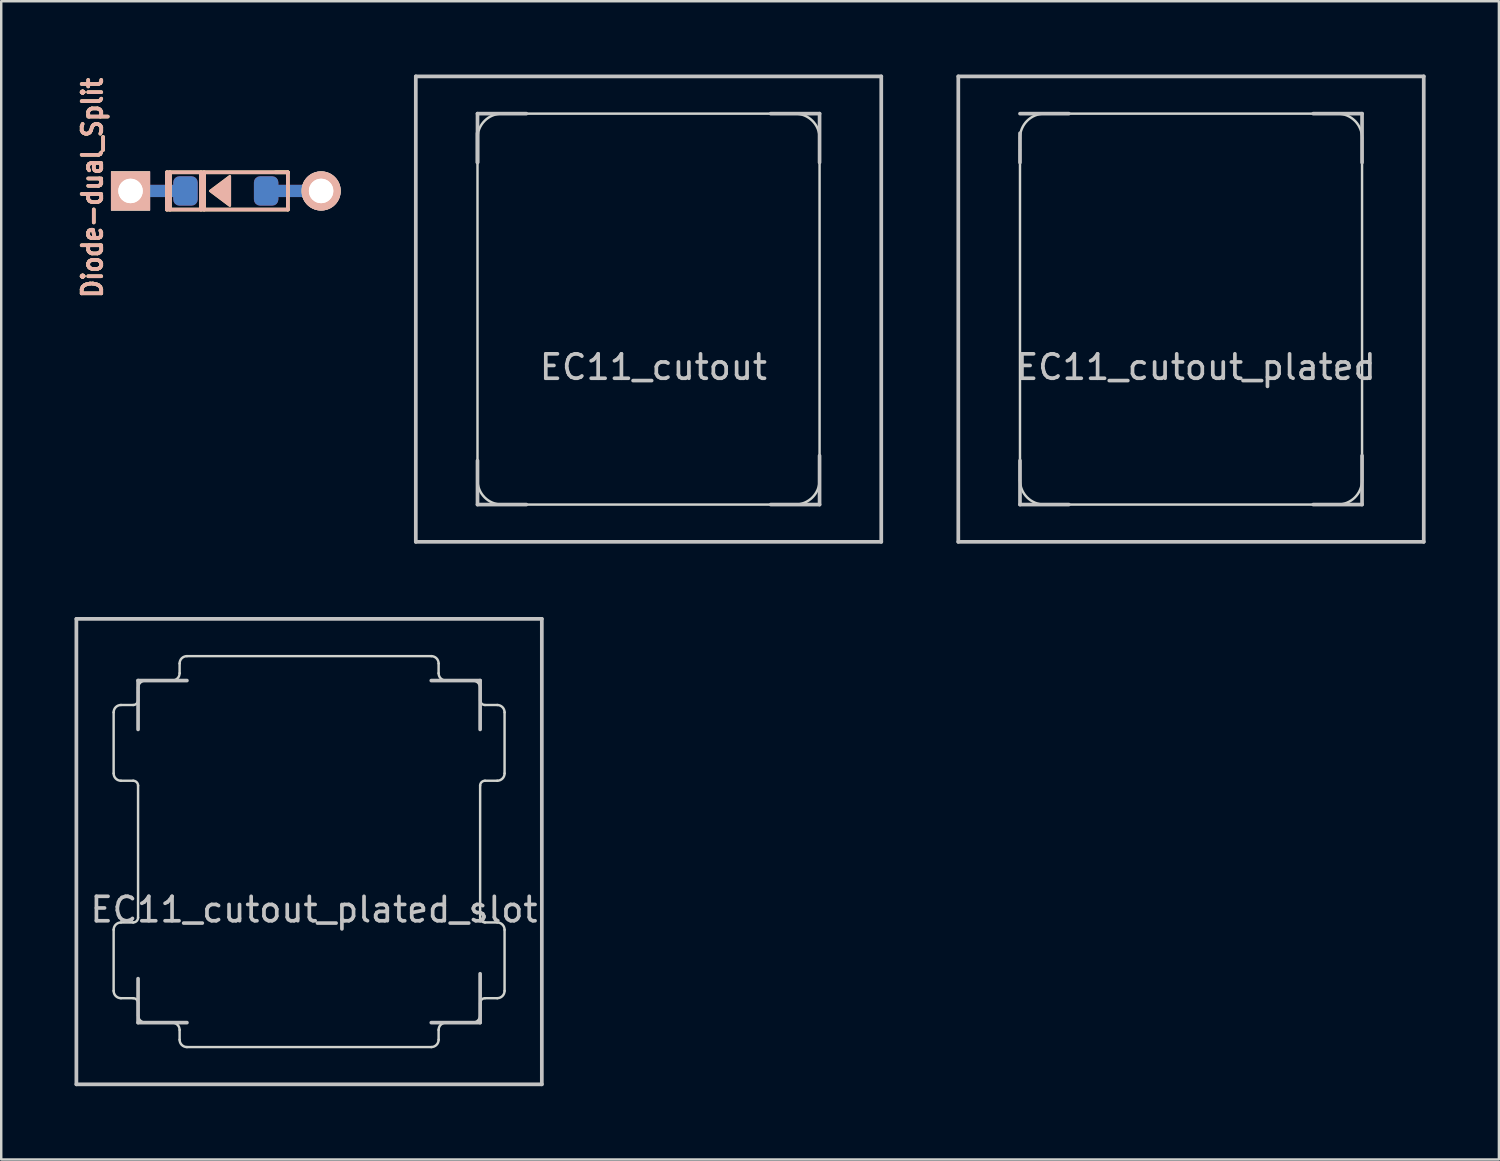
<source format=kicad_pcb>
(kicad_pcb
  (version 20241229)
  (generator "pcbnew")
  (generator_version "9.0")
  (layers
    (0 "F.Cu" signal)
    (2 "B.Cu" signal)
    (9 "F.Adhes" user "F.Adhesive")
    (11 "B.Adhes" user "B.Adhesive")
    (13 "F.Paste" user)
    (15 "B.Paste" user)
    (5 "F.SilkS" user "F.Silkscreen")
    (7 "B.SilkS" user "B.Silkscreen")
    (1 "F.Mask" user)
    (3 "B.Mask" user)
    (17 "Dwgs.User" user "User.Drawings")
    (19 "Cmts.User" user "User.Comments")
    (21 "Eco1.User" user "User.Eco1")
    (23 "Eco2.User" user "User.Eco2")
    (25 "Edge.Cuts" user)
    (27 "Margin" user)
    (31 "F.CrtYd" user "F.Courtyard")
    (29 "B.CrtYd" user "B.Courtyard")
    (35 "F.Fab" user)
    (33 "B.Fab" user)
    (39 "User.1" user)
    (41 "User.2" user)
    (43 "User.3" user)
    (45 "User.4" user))
  (footprint "EC11_cutout_plated"
    (layer "F.Cu")
    (at 45.696 9.601)
    (property "Reference" "EC11_cutout_plated" (at 0.2 2.375 180) (layer "Dwgs.User") (effects (font (size 1 1) (thickness 0.15))))
    (attr through_hole)
    (fp_line (start -7 -7.025) (end -7 6.975) (stroke (width 2) (type solid)) (layer "F.Mask"))
    (fp_line (start -5.993 -8.025) (end 5.993 -8.025) (stroke (width 2) (type solid)) (layer "F.Mask"))
    (fp_line (start 5.993 7.975) (end -5.993 7.975) (stroke (width 2) (type solid)) (layer "F.Mask"))
    (fp_line (start 6.993 6.975) (end 6.993 -7.025) (stroke (width 2) (type solid)) (layer "F.Mask"))
    (fp_arc (start -6.992893 -7.025) (mid -6.7 -7.732107) (end -5.992893 -8.025) (stroke (width 2) (type solid)) (layer "F.Mask"))
    (fp_arc (start -5.992893 7.975) (mid -6.7 7.682107) (end -6.992893 6.975) (stroke (width 2) (type solid)) (layer "F.Mask"))
    (fp_arc (start 5.992893 -8.025) (mid 6.7 -7.732107) (end 6.992893 -7.025) (stroke (width 2) (type solid)) (layer "F.Mask"))
    (fp_arc (start 6.992893 6.974999) (mid 6.7 7.682106) (end 5.992893 7.974999) (stroke (width 2) (type solid)) (layer "F.Mask"))
    (fp_line (start -7 -7.025) (end -7 6.975) (stroke (width 2) (type solid)) (layer "B.Mask"))
    (fp_line (start 6 -8.025) (end -5.993 -8.025) (stroke (width 2) (type solid)) (layer "B.Mask"))
    (fp_line (start 6 7.975) (end -6 7.975) (stroke (width 2) (type solid)) (layer "B.Mask"))
    (fp_line (start 7 -7.025) (end 7 6.975) (stroke (width 2) (type solid)) (layer "B.Mask"))
    (fp_arc (start -6.992893 -7.025) (mid -6.7 -7.732107) (end -5.992893 -8.025) (stroke (width 2) (type solid)) (layer "B.Mask"))
    (fp_arc (start -6 7.975) (mid -6.707107 7.682107) (end -7 6.975) (stroke (width 2) (type solid)) (layer "B.Mask"))
    (fp_arc (start 6 -8.025) (mid 6.707107 -7.732107) (end 7 -7.025) (stroke (width 2) (type solid)) (layer "B.Mask"))
    (fp_arc (start 7 6.975) (mid 6.707107 7.682107) (end 6 7.975) (stroke (width 2) (type solid)) (layer "B.Mask"))
    (fp_line (start -9.525 -9.525) (end 9.525 -9.525) (stroke (width 0.152) (type solid)) (layer "Dwgs.User"))
    (fp_line (start -9.525 9.525) (end -9.525 -9.525) (stroke (width 0.152) (type solid)) (layer "Dwgs.User"))
    (fp_line (start -7 -8) (end -5 -8) (stroke (width 0.15) (type solid)) (layer "Dwgs.User"))
    (fp_line (start -7 -6) (end -7 -7.2) (stroke (width 0.15) (type solid)) (layer "Dwgs.User"))
    (fp_line (start -7 6.2) (end -7 8) (stroke (width 0.15) (type solid)) (layer "Dwgs.User"))
    (fp_line (start -7 8) (end -5 8) (stroke (width 0.15) (type solid)) (layer "Dwgs.User"))
    (fp_line (start 5 8) (end 7 8) (stroke (width 0.15) (type solid)) (layer "Dwgs.User"))
    (fp_line (start 7 -8) (end 5 -8) (stroke (width 0.15) (type solid)) (layer "Dwgs.User"))
    (fp_line (start 7 -6) (end 7 -8) (stroke (width 0.15) (type solid)) (layer "Dwgs.User"))
    (fp_line (start 7 8) (end 7 6) (stroke (width 0.15) (type solid)) (layer "Dwgs.User"))
    (fp_line (start 9.525 -9.525) (end 9.525 9.525) (stroke (width 0.152) (type solid)) (layer "Dwgs.User"))
    (fp_line (start 9.525 9.525) (end -9.525 9.525) (stroke (width 0.152) (type solid)) (layer "Dwgs.User"))
    (fp_line (start -7 -7) (end -7 7) (stroke (width 0.1) (type solid)) (layer "Edge.Cuts"))
    (fp_line (start -7 -6.525) (end -7 -6.525) (stroke (width 0.1) (type solid)) (layer "Edge.Cuts"))
    (fp_line (start -6 8) (end 6 8) (stroke (width 0.1) (type solid)) (layer "Edge.Cuts"))
    (fp_line (start 6 -8) (end -6 -8) (stroke (width 0.1) (type solid)) (layer "Edge.Cuts"))
    (fp_line (start 7 -7) (end 7 7) (stroke (width 0.1) (type solid)) (layer "Edge.Cuts"))
    (fp_arc (start -7 -7) (mid -6.707107 -7.707107) (end -6 -8) (stroke (width 0.1) (type solid)) (layer "Edge.Cuts"))
    (fp_arc (start -6 8) (mid -6.707107 7.707107) (end -7 7) (stroke (width 0.1) (type solid)) (layer "Edge.Cuts"))
    (fp_arc (start 6 -8) (mid 6.707107 -7.707107) (end 7 -7) (stroke (width 0.1) (type solid)) (layer "Edge.Cuts"))
    (fp_arc (start 7 7) (mid 6.707107 7.707107) (end 6 8) (stroke (width 0.1) (type solid)) (layer "Edge.Cuts")))
  (footprint "Diode-dual_Split"
    (layer "F.Cu")
    (at 6.192 4.892)
    (property "Reference" "Diode-dual_Split" (at -5.461 -0.254 270) (layer "F.SilkS") (effects (font (size 0.8 0.7) (thickness 0.15))))
    (attr smd)
    (fp_line (start -2.413 -0.889) (end -2.413 0.635) (stroke (width 0.15) (type solid)) (layer "F.SilkS"))
    (fp_line (start -2.413 0.635) (end 2.54 0.635) (stroke (width 0.15) (type solid)) (layer "F.SilkS"))
    (fp_line (start -2.286 0.635) (end -2.286 -0.889) (stroke (width 0.15) (type solid)) (layer "F.SilkS"))
    (fp_line (start -1.016 -0.889) (end -1.016 0.635) (stroke (width 0.15) (type solid)) (layer "F.SilkS"))
    (fp_line (start -0.889 -0.889) (end -0.889 0.635) (stroke (width 0.15) (type solid)) (layer "F.SilkS"))
    (fp_line (start 2.54 -0.889) (end -2.413 -0.889) (stroke (width 0.15) (type solid)) (layer "F.SilkS"))
    (fp_line (start 2.54 -0.889) (end 2.032 -0.889) (stroke (width 0.15) (type solid)) (layer "F.SilkS"))
    (fp_line (start 2.54 0.635) (end 2.54 -0.889) (stroke (width 0.15) (type solid)) (layer "F.SilkS"))
    (fp_poly (pts (xy -0.635 -0.127) (xy 0.165 -0.727) (xy 0.165 0.473)) (stroke (width 0.1) (type solid)) (fill yes) (layer "F.SilkS"))
    (fp_line (start -2.413 -0.889) (end 2.54 -0.889) (stroke (width 0.15) (type solid)) (layer "B.SilkS"))
    (fp_line (start -2.413 0.635) (end -2.413 -0.889) (stroke (width 0.15) (type solid)) (layer "B.SilkS"))
    (fp_line (start -2.286 -0.889) (end -2.286 0.635) (stroke (width 0.15) (type solid)) (layer "B.SilkS"))
    (fp_line (start -1.016 0.635) (end -1.016 -0.889) (stroke (width 0.15) (type solid)) (layer "B.SilkS"))
    (fp_line (start -0.889 0.635) (end -0.889 -0.889) (stroke (width 0.15) (type solid)) (layer "B.SilkS"))
    (fp_line (start 2.54 -0.889) (end 2.54 0.635) (stroke (width 0.15) (type solid)) (layer "B.SilkS"))
    (fp_line (start 2.54 0.635) (end -2.413 0.635) (stroke (width 0.15) (type solid)) (layer "B.SilkS"))
    (fp_poly (pts (xy -0.635 -0.127) (xy 0.165 0.473) (xy 0.165 -0.727)) (stroke (width 0.1) (type solid)) (fill yes) (layer "B.SilkS"))
    (fp_text user "${REFERENCE}" (at -5.461 -0.254 90) (layer "B.SilkS") (effects (font (size 0.8 0.7) (thickness 0.15))))
    (pad "1" thru_hole rect (at -3.9 -0.127 180) (size 1.6 1.6) (drill 1) (layers "*.Cu" "*.Mask" "F.SilkS"))
    (pad "1" thru_hole rect (at -3.9 -0.127 180) (size 1.6 1.6) (drill 1) (layers "*.Cu" "*.Mask" "B.SilkS"))
    (pad "1" smd rect (at -2.667 -0.127 180) (size 2.9 0.5) (layers "F.Cu"))
    (pad "1" smd rect (at -2.667 -0.127 180) (size 2.9 0.5) (layers "B.Cu"))
    (pad "1" smd roundrect (at -1.651 -0.127) (size 1 1.2) (layers "F.Cu" "F.Mask" "F.Paste") (roundrect_rratio 0.25))
    (pad "1" smd roundrect (at -1.651 -0.127) (size 1 1.2) (layers "B.Cu" "B.Mask" "B.Paste") (roundrect_rratio 0.25))
    (pad "2" smd roundrect (at 1.65 -0.127) (size 1 1.2) (layers "F.Cu" "F.Mask" "F.Paste") (roundrect_rratio 0.25))
    (pad "2" smd roundrect (at 1.651 -0.127) (size 1 1.2) (layers "B.Cu" "B.Mask" "B.Paste") (roundrect_rratio 0.25))
    (pad "2" smd rect (at 2.667 -0.127 180) (size 2.9 0.5) (layers "F.Cu"))
    (pad "2" smd rect (at 2.667 -0.127 180) (size 2.9 0.5) (layers "B.Cu"))
    (pad "2" thru_hole circle (at 3.9 -0.127 180) (size 1.6 1.6) (drill 1) (layers "*.Cu" "*.Mask" "F.SilkS"))
    (pad "2" thru_hole circle (at 3.9 -0.127 180) (size 1.6 1.6) (drill 1) (layers "*.Cu" "*.Mask" "B.SilkS")))
  (footprint "EC11_cutout"
    (layer "F.Cu")
    (at 23.493 9.601)
    (property "Reference" "EC11_cutout" (at 0.2 2.375 180) (layer "Dwgs.User") (effects (font (size 1 1) (thickness 0.15))))
    (attr through_hole)
    (fp_line (start -9.525 -9.525) (end 9.525 -9.525) (stroke (width 0.152) (type solid)) (layer "Dwgs.User"))
    (fp_line (start -9.525 9.525) (end -9.525 -9.525) (stroke (width 0.152) (type solid)) (layer "Dwgs.User"))
    (fp_line (start -7 -8) (end -5 -8) (stroke (width 0.15) (type solid)) (layer "Dwgs.User"))
    (fp_line (start -7 -6) (end -7 -8) (stroke (width 0.15) (type solid)) (layer "Dwgs.User"))
    (fp_line (start -7 -6) (end -7 -7.2) (stroke (width 0.15) (type solid)) (layer "Dwgs.User"))
    (fp_line (start -7 6.2) (end -7 8) (stroke (width 0.15) (type solid)) (layer "Dwgs.User"))
    (fp_line (start -7 8) (end -5 8) (stroke (width 0.15) (type solid)) (layer "Dwgs.User"))
    (fp_line (start 5 8) (end 7 8) (stroke (width 0.15) (type solid)) (layer "Dwgs.User"))
    (fp_line (start 7 -8) (end 5 -8) (stroke (width 0.15) (type solid)) (layer "Dwgs.User"))
    (fp_line (start 7 -6) (end 7 -8) (stroke (width 0.15) (type solid)) (layer "Dwgs.User"))
    (fp_line (start 7 8) (end 7 6) (stroke (width 0.15) (type solid)) (layer "Dwgs.User"))
    (fp_line (start 9.525 -9.525) (end 9.525 9.525) (stroke (width 0.152) (type solid)) (layer "Dwgs.User"))
    (fp_line (start 9.525 9.525) (end -9.525 9.525) (stroke (width 0.152) (type solid)) (layer "Dwgs.User"))
    (fp_line (start -7 -7) (end -7 7) (stroke (width 0.1) (type solid)) (layer "Edge.Cuts"))
    (fp_line (start -7 -6.525) (end -7 -6.525) (stroke (width 0.1) (type solid)) (layer "Edge.Cuts"))
    (fp_line (start -6 8) (end 6 8) (stroke (width 0.1) (type solid)) (layer "Edge.Cuts"))
    (fp_line (start 6 -8) (end -6 -8) (stroke (width 0.1) (type solid)) (layer "Edge.Cuts"))
    (fp_line (start 7 -7) (end 7 7) (stroke (width 0.1) (type solid)) (layer "Edge.Cuts"))
    (fp_arc (start -7 -7) (mid -6.707107 -7.707107) (end -6 -8) (stroke (width 0.1) (type solid)) (layer "Edge.Cuts"))
    (fp_arc (start -6 8) (mid -6.707107 7.707107) (end -7 7) (stroke (width 0.1) (type solid)) (layer "Edge.Cuts"))
    (fp_arc (start 6 -8) (mid 6.707107 -7.707107) (end 7 -7) (stroke (width 0.1) (type solid)) (layer "Edge.Cuts"))
    (fp_arc (start 7 7) (mid 6.707107 7.707107) (end 6 8) (stroke (width 0.1) (type solid)) (layer "Edge.Cuts")))
  (footprint "EC11_cutout_plated_slot"
    (layer "F.Cu")
    (at 9.601 31.804)
    (property "Reference" "EC11_cutout_plated_slot" (at 0.2 2.375 180) (layer "Dwgs.User") (effects (font (size 1 1) (thickness 0.15))))
    (attr through_hole)
    (fp_line (start -7.5 -7.025) (end -7.5 6.975) (stroke (width 2) (type solid)) (layer "F.Mask"))
    (fp_line (start -6.493 -8.025) (end 6.5 -8.025) (stroke (width 2) (type solid)) (layer "F.Mask"))
    (fp_line (start 6.5 7.975) (end -6.493 7.975) (stroke (width 2) (type solid)) (layer "F.Mask"))
    (fp_line (start 7.5 6.975) (end 7.5 -7.025) (stroke (width 2) (type solid)) (layer "F.Mask"))
    (fp_arc (start -7.492892 -7.025) (mid -7.199999 -7.732107) (end -6.492892 -8.025) (stroke (width 2) (type solid)) (layer "F.Mask"))
    (fp_arc (start -6.492892 7.975) (mid -7.199999 7.682107) (end -7.492892 6.975) (stroke (width 2) (type solid)) (layer "F.Mask"))
    (fp_arc (start 6.5 -8.025) (mid 7.207107 -7.732107) (end 7.5 -7.025) (stroke (width 2) (type solid)) (layer "F.Mask"))
    (fp_arc (start 7.5 6.974999) (mid 7.207107 7.682106) (end 6.5 7.974999) (stroke (width 2) (type solid)) (layer "F.Mask"))
    (fp_line (start -7.493 -7.025) (end -7.493 6.975) (stroke (width 2) (type solid)) (layer "B.Mask"))
    (fp_line (start 6.5 -8.025) (end -6.5 -8.025) (stroke (width 2) (type solid)) (layer "B.Mask"))
    (fp_line (start 6.5 7.975) (end -6.493 7.975) (stroke (width 2) (type solid)) (layer "B.Mask"))
    (fp_line (start 7.5 -7.025) (end 7.5 6.975) (stroke (width 2) (type solid)) (layer "B.Mask"))
    (fp_arc (start -7.499999 -7.025) (mid -7.207106 -7.732107) (end -6.499999 -8.025) (stroke (width 2) (type solid)) (layer "B.Mask"))
    (fp_arc (start -6.492892 7.975) (mid -7.199999 7.682107) (end -7.492892 6.975) (stroke (width 2) (type solid)) (layer "B.Mask"))
    (fp_arc (start 6.5 -8.025) (mid 7.207107 -7.732107) (end 7.5 -7.025) (stroke (width 2) (type solid)) (layer "B.Mask"))
    (fp_arc (start 7.5 6.975) (mid 7.207107 7.682107) (end 6.5 7.975) (stroke (width 2) (type solid)) (layer "B.Mask"))
    (fp_line (start -9.525 -9.525) (end 9.525 -9.525) (stroke (width 0.152) (type solid)) (layer "Dwgs.User"))
    (fp_line (start -9.525 9.525) (end -9.525 -9.525) (stroke (width 0.152) (type solid)) (layer "Dwgs.User"))
    (fp_line (start -7 -7) (end -5 -7) (stroke (width 0.15) (type solid)) (layer "Dwgs.User"))
    (fp_line (start -7 -5) (end -7 -7) (stroke (width 0.15) (type solid)) (layer "Dwgs.User"))
    (fp_line (start -7 5.2) (end -7 7) (stroke (width 0.15) (type solid)) (layer "Dwgs.User"))
    (fp_line (start -7 7) (end -5 7) (stroke (width 0.15) (type solid)) (layer "Dwgs.User"))
    (fp_line (start 5 7) (end 7 7) (stroke (width 0.15) (type solid)) (layer "Dwgs.User"))
    (fp_line (start 7 -7) (end 5 -7) (stroke (width 0.15) (type solid)) (layer "Dwgs.User"))
    (fp_line (start 7 -5) (end 7 -7) (stroke (width 0.15) (type solid)) (layer "Dwgs.User"))
    (fp_line (start 7 7) (end 7 5) (stroke (width 0.15) (type solid)) (layer "Dwgs.User"))
    (fp_line (start 9.525 -9.525) (end 9.525 9.525) (stroke (width 0.152) (type solid)) (layer "Dwgs.User"))
    (fp_line (start 9.525 9.525) (end -9.525 9.525) (stroke (width 0.152) (type solid)) (layer "Dwgs.User"))
    (fp_line (start -8 3.2) (end -8 5.7) (stroke (width 0.1) (type solid)) (layer "Edge.Cuts"))
    (fp_line (start -8 -5.7) (end -8 -3.2) (stroke (width 0.1) (type solid)) (layer "Edge.Cuts"))
    (fp_line (start -7.7 -2.9) (end -7.2 -2.9) (stroke (width 0.1) (type solid)) (layer "Edge.Cuts"))
    (fp_line (start -7.2 2.9) (end -7.7 2.9) (stroke (width 0.1) (type solid)) (layer "Edge.Cuts"))
    (fp_line (start -7.2 -6) (end -7.7 -6) (stroke (width 0.1) (type solid)) (layer "Edge.Cuts"))
    (fp_line (start -7.2 6) (end -7.7 6) (stroke (width 0.1) (type solid)) (layer "Edge.Cuts"))
    (fp_line (start -7 -6.7) (end -7 -6.2) (stroke (width 0.1) (type solid)) (layer "Edge.Cuts"))
    (fp_line (start -7 -6.525) (end -7 -6.525) (stroke (width 0.1) (type solid)) (layer "Edge.Cuts"))
    (fp_line (start -7 6.7) (end -7 6.2) (stroke (width 0.1) (type solid)) (layer "Edge.Cuts"))
    (fp_line (start -7 -2.7) (end -7 2.7) (stroke (width 0.1) (type solid)) (layer "Edge.Cuts"))
    (fp_line (start -6.7 -7) (end -5.6 -7) (stroke (width 0.1) (type solid)) (layer "Edge.Cuts"))
    (fp_line (start -5.6 7) (end -6.7 7) (stroke (width 0.1) (type solid)) (layer "Edge.Cuts"))
    (fp_line (start -5.3 -7.3) (end -5.3 -7.7) (stroke (width 0.1) (type solid)) (layer "Edge.Cuts"))
    (fp_line (start -5.3 7.3) (end -5.3 7.7) (stroke (width 0.1) (type solid)) (layer "Edge.Cuts"))
    (fp_line (start -5 8) (end 5 8) (stroke (width 0.1) (type solid)) (layer "Edge.Cuts"))
    (fp_line (start 5 -8) (end -5 -8) (stroke (width 0.1) (type solid)) (layer "Edge.Cuts"))
    (fp_line (start 5.3 -7.3) (end 5.3 -7.7) (stroke (width 0.1) (type solid)) (layer "Edge.Cuts"))
    (fp_line (start 5.3 7.3) (end 5.3 7.7) (stroke (width 0.1) (type solid)) (layer "Edge.Cuts"))
    (fp_line (start 6.7 -7) (end 5.6 -7) (stroke (width 0.1) (type solid)) (layer "Edge.Cuts"))
    (fp_line (start 6.7 7) (end 5.6 7) (stroke (width 0.1) (type solid)) (layer "Edge.Cuts"))
    (fp_line (start 7 2.7) (end 7 -2.7) (stroke (width 0.1) (type solid)) (layer "Edge.Cuts"))
    (fp_line (start 7 -6.7) (end 7 -6.2) (stroke (width 0.1) (type solid)) (layer "Edge.Cuts"))
    (fp_line (start 7 6.7) (end 7 6.2) (stroke (width 0.1) (type solid)) (layer "Edge.Cuts"))
    (fp_line (start 7.2 -6) (end 7.7 -6) (stroke (width 0.1) (type solid)) (layer "Edge.Cuts"))
    (fp_line (start 7.2 6) (end 7.7 6) (stroke (width 0.1) (type solid)) (layer "Edge.Cuts"))
    (fp_line (start 7.2 -2.9) (end 7.7 -2.9) (stroke (width 0.1) (type solid)) (layer "Edge.Cuts"))
    (fp_line (start 7.7 2.9) (end 7.2 2.9) (stroke (width 0.1) (type solid)) (layer "Edge.Cuts"))
    (fp_line (start 8 5.7) (end 8 3.2) (stroke (width 0.1) (type solid)) (layer "Edge.Cuts"))
    (fp_line (start 8 -3.2) (end 8 -5.7) (stroke (width 0.1) (type solid)) (layer "Edge.Cuts"))
    (fp_arc (start -7.999999 3.2) (mid -7.912131 2.987868) (end -7.699999 2.9) (stroke (width 0.1) (type solid)) (layer "Edge.Cuts"))
    (fp_arc (start -7.999998 -5.7) (mid -7.91213 -5.912132) (end -7.699998 -6) (stroke (width 0.1) (type solid)) (layer "Edge.Cuts"))
    (fp_arc (start -7.7 6) (mid -7.912132 5.912132) (end -8 5.7) (stroke (width 0.1) (type solid)) (layer "Edge.Cuts"))
    (fp_arc (start -7.699999 -2.9) (mid -7.912131 -2.987868) (end -7.999999 -3.2) (stroke (width 0.1) (type solid)) (layer "Edge.Cuts"))
    (fp_arc (start -7.199999 6) (mid -7.058578 6.058579) (end -6.999999 6.2) (stroke (width 0.1) (type solid)) (layer "Edge.Cuts"))
    (fp_arc (start -7.199998 -2.9) (mid -7.058577 -2.841421) (end -6.999998 -2.7) (stroke (width 0.1) (type solid)) (layer "Edge.Cuts"))
    (fp_arc (start -7 2.700001) (mid -7.058579 2.841422) (end -7.2 2.900001) (stroke (width 0.1) (type solid)) (layer "Edge.Cuts"))
    (fp_arc (start -6.999999 -6.7) (mid -6.912131 -6.912132) (end -6.699999 -7) (stroke (width 0.1) (type solid)) (layer "Edge.Cuts"))
    (fp_arc (start -6.999999 -6.199999) (mid -7.058578 -6.058578) (end -7.199999 -5.999999) (stroke (width 0.1) (type solid)) (layer "Edge.Cuts"))
    (fp_arc (start -6.699999 7.000001) (mid -6.912131 6.912133) (end -6.999999 6.700001) (stroke (width 0.1) (type solid)) (layer "Edge.Cuts"))
    (fp_arc (start -5.599998 7.000001) (mid -5.387866 7.087869) (end -5.299998 7.300001) (stroke (width 0.1) (type solid)) (layer "Edge.Cuts"))
    (fp_arc (start -5.3 -7.7) (mid -5.212132 -7.912132) (end -5 -8) (stroke (width 0.1) (type solid)) (layer "Edge.Cuts"))
    (fp_arc (start -5.3 -7.3) (mid -5.387868 -7.087868) (end -5.6 -7) (stroke (width 0.1) (type solid)) (layer "Edge.Cuts"))
    (fp_arc (start -4.999998 8.000001) (mid -5.21213 7.912133) (end -5.299998 7.700001) (stroke (width 0.1) (type solid)) (layer "Edge.Cuts"))
    (fp_arc (start 5 -8) (mid 5.212132 -7.912132) (end 5.3 -7.7) (stroke (width 0.1) (type solid)) (layer "Edge.Cuts"))
    (fp_arc (start 5.300002 7.300001) (mid 5.38787 7.087869) (end 5.600002 7.000001) (stroke (width 0.1) (type solid)) (layer "Edge.Cuts"))
    (fp_arc (start 5.300002 7.700001) (mid 5.212134 7.912133) (end 5.000002 8.000001) (stroke (width 0.1) (type solid)) (layer "Edge.Cuts"))
    (fp_arc (start 5.6 -7) (mid 5.387868 -7.087868) (end 5.3 -7.3) (stroke (width 0.1) (type solid)) (layer "Edge.Cuts"))
    (fp_arc (start 6.700001 -7) (mid 6.912133 -6.912132) (end 7.000001 -6.7) (stroke (width 0.1) (type solid)) (layer "Edge.Cuts"))
    (fp_arc (start 7.000001 6.2) (mid 7.05858 6.058579) (end 7.200001 6) (stroke (width 0.1) (type solid)) (layer "Edge.Cuts"))
    (fp_arc (start 7.000001 6.700001) (mid 6.912133 6.912133) (end 6.700001 7.000001) (stroke (width 0.1) (type solid)) (layer "Edge.Cuts"))
    (fp_arc (start 7.000002 -2.7) (mid 7.058581 -2.841421) (end 7.200002 -2.9) (stroke (width 0.1) (type solid)) (layer "Edge.Cuts"))
    (fp_arc (start 7.2 2.9) (mid 7.058579 2.841421) (end 7 2.7) (stroke (width 0.1) (type solid)) (layer "Edge.Cuts"))
    (fp_arc (start 7.200001 -6) (mid 7.05858 -6.058579) (end 7.000001 -6.2) (stroke (width 0.1) (type solid)) (layer "Edge.Cuts"))
    (fp_arc (start 7.700001 2.9) (mid 7.912133 2.987868) (end 8.000001 3.2) (stroke (width 0.1) (type solid)) (layer "Edge.Cuts"))
    (fp_arc (start 7.700002 -6) (mid 7.912134 -5.912132) (end 8.000002 -5.7) (stroke (width 0.1) (type solid)) (layer "Edge.Cuts"))
    (fp_arc (start 8 5.7) (mid 7.912132 5.912132) (end 7.7 6) (stroke (width 0.1) (type solid)) (layer "Edge.Cuts"))
    (fp_arc (start 8.000001 -3.2) (mid 7.912133 -2.987868) (end 7.700001 -2.9) (stroke (width 0.1) (type solid)) (layer "Edge.Cuts")))
  (gr_rect
    (start -3 -3)
    (end 58.297 44.405)
    (stroke (width 0.1) (type default))
    (fill no)
    (layer "Edge.Cuts")))
</source>
